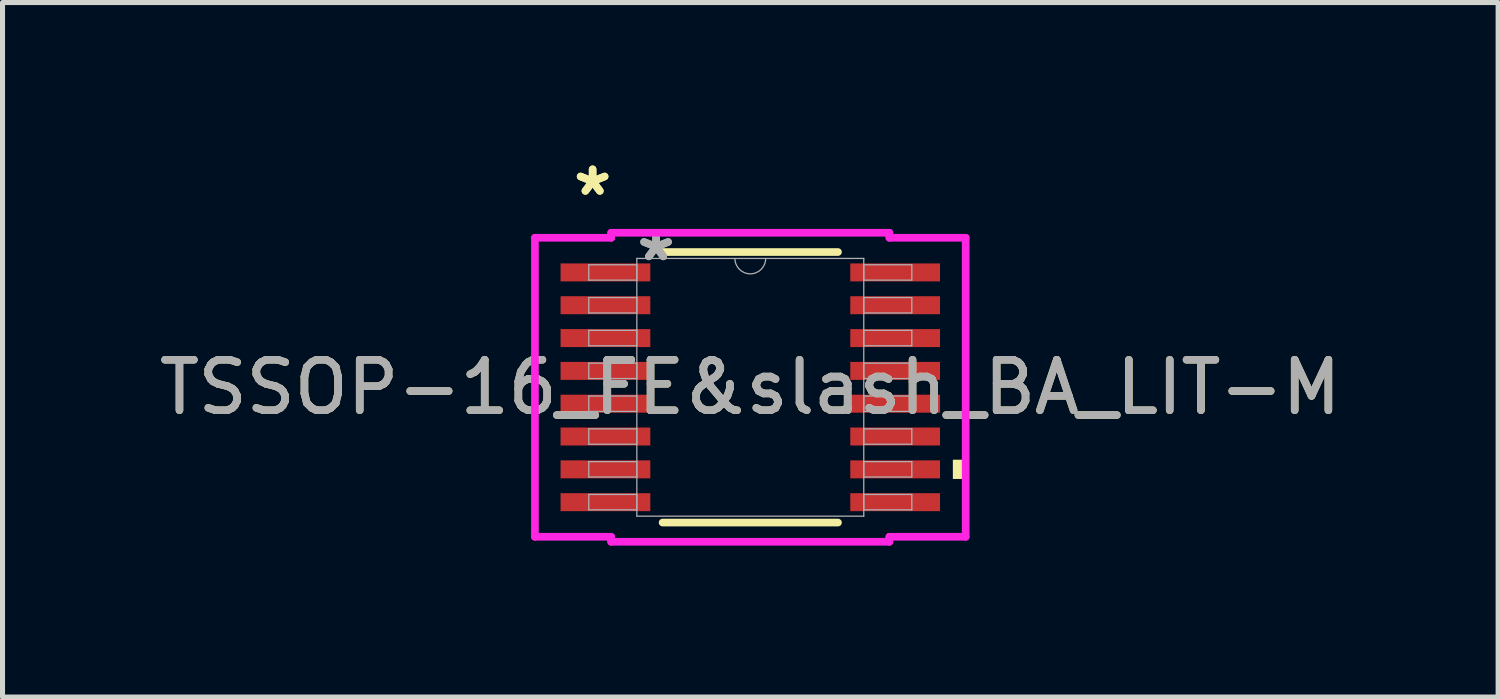
<source format=kicad_pcb>
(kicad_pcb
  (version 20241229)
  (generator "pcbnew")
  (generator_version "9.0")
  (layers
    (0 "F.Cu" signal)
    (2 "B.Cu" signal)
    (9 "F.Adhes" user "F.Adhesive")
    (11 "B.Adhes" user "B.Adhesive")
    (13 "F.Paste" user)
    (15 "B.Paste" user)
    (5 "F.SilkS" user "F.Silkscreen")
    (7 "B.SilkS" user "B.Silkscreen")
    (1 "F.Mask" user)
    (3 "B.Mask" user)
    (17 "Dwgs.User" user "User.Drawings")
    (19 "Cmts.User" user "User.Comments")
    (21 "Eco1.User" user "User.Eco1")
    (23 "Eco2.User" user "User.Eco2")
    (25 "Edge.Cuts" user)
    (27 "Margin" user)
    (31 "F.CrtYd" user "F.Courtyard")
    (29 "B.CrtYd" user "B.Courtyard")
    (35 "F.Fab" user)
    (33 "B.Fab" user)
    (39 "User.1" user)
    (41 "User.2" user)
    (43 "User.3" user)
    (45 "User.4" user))
  (footprint "TSSOP-16_FE&slash_BA_LIT-M"
    (layer "F.Cu")
    (at 11.815 4.623)
    (property "Reference" "TSSOP-16_FE&slash_BA_LIT-M" (at 0 0 0) (unlocked yes) (layer "F.SilkS") (effects (font (size 1 1) (thickness 0.15))))
    (attr smd)
    (fp_line (start -1.737 2.68) (end 1.737 2.68) (stroke (width 0.152) (type solid)) (layer "F.SilkS"))
    (fp_line (start 1.737 -2.68) (end -1.737 -2.68) (stroke (width 0.152) (type solid)) (layer "F.SilkS"))
    (fp_poly (pts (xy 4.267 1.435) (xy 4.267 1.816) (xy 4.013 1.816) (xy 4.013 1.435)) (stroke (width 0) (type solid)) (fill yes) (layer "F.SilkS"))
    (fp_line (start -4.267 -2.962) (end -2.756 -2.962) (stroke (width 0.152) (type solid)) (layer "F.CrtYd"))
    (fp_line (start -4.267 2.962) (end -4.267 -2.962) (stroke (width 0.152) (type solid)) (layer "F.CrtYd"))
    (fp_line (start -4.267 2.962) (end -2.756 2.962) (stroke (width 0.152) (type solid)) (layer "F.CrtYd"))
    (fp_line (start -2.756 -3.061) (end 2.756 -3.061) (stroke (width 0.152) (type solid)) (layer "F.CrtYd"))
    (fp_line (start -2.756 -2.962) (end -2.756 -3.061) (stroke (width 0.152) (type solid)) (layer "F.CrtYd"))
    (fp_line (start -2.756 3.061) (end -2.756 2.962) (stroke (width 0.152) (type solid)) (layer "F.CrtYd"))
    (fp_line (start 2.756 -3.061) (end 2.756 -2.962) (stroke (width 0.152) (type solid)) (layer "F.CrtYd"))
    (fp_line (start 2.756 2.962) (end 2.756 3.061) (stroke (width 0.152) (type solid)) (layer "F.CrtYd"))
    (fp_line (start 2.756 3.061) (end -2.756 3.061) (stroke (width 0.152) (type solid)) (layer "F.CrtYd"))
    (fp_line (start 4.267 -2.962) (end 2.756 -2.962) (stroke (width 0.152) (type solid)) (layer "F.CrtYd"))
    (fp_line (start 4.267 -2.962) (end 4.267 2.962) (stroke (width 0.152) (type solid)) (layer "F.CrtYd"))
    (fp_line (start 4.267 2.962) (end 2.756 2.962) (stroke (width 0.152) (type solid)) (layer "F.CrtYd"))
    (fp_line (start -3.2 -2.428) (end -3.2 -2.123) (stroke (width 0.025) (type solid)) (layer "F.Fab"))
    (fp_line (start -3.2 -2.123) (end -2.248 -2.123) (stroke (width 0.025) (type solid)) (layer "F.Fab"))
    (fp_line (start -3.2 -1.778) (end -3.2 -1.473) (stroke (width 0.025) (type solid)) (layer "F.Fab"))
    (fp_line (start -3.2 -1.473) (end -2.248 -1.473) (stroke (width 0.025) (type solid)) (layer "F.Fab"))
    (fp_line (start -3.2 -1.128) (end -3.2 -0.823) (stroke (width 0.025) (type solid)) (layer "F.Fab"))
    (fp_line (start -3.2 -0.823) (end -2.248 -0.823) (stroke (width 0.025) (type solid)) (layer "F.Fab"))
    (fp_line (start -3.2 -0.478) (end -3.2 -0.173) (stroke (width 0.025) (type solid)) (layer "F.Fab"))
    (fp_line (start -3.2 -0.173) (end -2.248 -0.173) (stroke (width 0.025) (type solid)) (layer "F.Fab"))
    (fp_line (start -3.2 0.173) (end -3.2 0.478) (stroke (width 0.025) (type solid)) (layer "F.Fab"))
    (fp_line (start -3.2 0.478) (end -2.248 0.478) (stroke (width 0.025) (type solid)) (layer "F.Fab"))
    (fp_line (start -3.2 0.823) (end -3.2 1.128) (stroke (width 0.025) (type solid)) (layer "F.Fab"))
    (fp_line (start -3.2 1.128) (end -2.248 1.128) (stroke (width 0.025) (type solid)) (layer "F.Fab"))
    (fp_line (start -3.2 1.473) (end -3.2 1.778) (stroke (width 0.025) (type solid)) (layer "F.Fab"))
    (fp_line (start -3.2 1.778) (end -2.248 1.778) (stroke (width 0.025) (type solid)) (layer "F.Fab"))
    (fp_line (start -3.2 2.123) (end -3.2 2.428) (stroke (width 0.025) (type solid)) (layer "F.Fab"))
    (fp_line (start -3.2 2.428) (end -2.248 2.428) (stroke (width 0.025) (type solid)) (layer "F.Fab"))
    (fp_line (start -2.248 -2.553) (end -2.248 2.553) (stroke (width 0.025) (type solid)) (layer "F.Fab"))
    (fp_line (start -2.248 -2.428) (end -3.2 -2.428) (stroke (width 0.025) (type solid)) (layer "F.Fab"))
    (fp_line (start -2.248 -2.123) (end -2.248 -2.428) (stroke (width 0.025) (type solid)) (layer "F.Fab"))
    (fp_line (start -2.248 -1.778) (end -3.2 -1.778) (stroke (width 0.025) (type solid)) (layer "F.Fab"))
    (fp_line (start -2.248 -1.473) (end -2.248 -1.778) (stroke (width 0.025) (type solid)) (layer "F.Fab"))
    (fp_line (start -2.248 -1.128) (end -3.2 -1.128) (stroke (width 0.025) (type solid)) (layer "F.Fab"))
    (fp_line (start -2.248 -0.823) (end -2.248 -1.128) (stroke (width 0.025) (type solid)) (layer "F.Fab"))
    (fp_line (start -2.248 -0.478) (end -3.2 -0.478) (stroke (width 0.025) (type solid)) (layer "F.Fab"))
    (fp_line (start -2.248 -0.173) (end -2.248 -0.478) (stroke (width 0.025) (type solid)) (layer "F.Fab"))
    (fp_line (start -2.248 0.173) (end -3.2 0.173) (stroke (width 0.025) (type solid)) (layer "F.Fab"))
    (fp_line (start -2.248 0.478) (end -2.248 0.173) (stroke (width 0.025) (type solid)) (layer "F.Fab"))
    (fp_line (start -2.248 0.823) (end -3.2 0.823) (stroke (width 0.025) (type solid)) (layer "F.Fab"))
    (fp_line (start -2.248 1.128) (end -2.248 0.823) (stroke (width 0.025) (type solid)) (layer "F.Fab"))
    (fp_line (start -2.248 1.473) (end -3.2 1.473) (stroke (width 0.025) (type solid)) (layer "F.Fab"))
    (fp_line (start -2.248 1.778) (end -2.248 1.473) (stroke (width 0.025) (type solid)) (layer "F.Fab"))
    (fp_line (start -2.248 2.123) (end -3.2 2.123) (stroke (width 0.025) (type solid)) (layer "F.Fab"))
    (fp_line (start -2.248 2.428) (end -2.248 2.123) (stroke (width 0.025) (type solid)) (layer "F.Fab"))
    (fp_line (start -2.248 2.553) (end 2.248 2.553) (stroke (width 0.025) (type solid)) (layer "F.Fab"))
    (fp_line (start 2.248 -2.553) (end -2.248 -2.553) (stroke (width 0.025) (type solid)) (layer "F.Fab"))
    (fp_line (start 2.248 -2.428) (end 2.248 -2.123) (stroke (width 0.025) (type solid)) (layer "F.Fab"))
    (fp_line (start 2.248 -2.123) (end 3.2 -2.123) (stroke (width 0.025) (type solid)) (layer "F.Fab"))
    (fp_line (start 2.248 -1.778) (end 2.248 -1.473) (stroke (width 0.025) (type solid)) (layer "F.Fab"))
    (fp_line (start 2.248 -1.473) (end 3.2 -1.473) (stroke (width 0.025) (type solid)) (layer "F.Fab"))
    (fp_line (start 2.248 -1.128) (end 2.248 -0.823) (stroke (width 0.025) (type solid)) (layer "F.Fab"))
    (fp_line (start 2.248 -0.823) (end 3.2 -0.823) (stroke (width 0.025) (type solid)) (layer "F.Fab"))
    (fp_line (start 2.248 -0.478) (end 2.248 -0.173) (stroke (width 0.025) (type solid)) (layer "F.Fab"))
    (fp_line (start 2.248 -0.173) (end 3.2 -0.173) (stroke (width 0.025) (type solid)) (layer "F.Fab"))
    (fp_line (start 2.248 0.173) (end 2.248 0.478) (stroke (width 0.025) (type solid)) (layer "F.Fab"))
    (fp_line (start 2.248 0.478) (end 3.2 0.478) (stroke (width 0.025) (type solid)) (layer "F.Fab"))
    (fp_line (start 2.248 0.823) (end 2.248 1.128) (stroke (width 0.025) (type solid)) (layer "F.Fab"))
    (fp_line (start 2.248 1.128) (end 3.2 1.128) (stroke (width 0.025) (type solid)) (layer "F.Fab"))
    (fp_line (start 2.248 1.473) (end 2.248 1.778) (stroke (width 0.025) (type solid)) (layer "F.Fab"))
    (fp_line (start 2.248 1.778) (end 3.2 1.778) (stroke (width 0.025) (type solid)) (layer "F.Fab"))
    (fp_line (start 2.248 2.123) (end 2.248 2.428) (stroke (width 0.025) (type solid)) (layer "F.Fab"))
    (fp_line (start 2.248 2.428) (end 3.2 2.428) (stroke (width 0.025) (type solid)) (layer "F.Fab"))
    (fp_line (start 2.248 2.553) (end 2.248 -2.553) (stroke (width 0.025) (type solid)) (layer "F.Fab"))
    (fp_line (start 3.2 -2.428) (end 2.248 -2.428) (stroke (width 0.025) (type solid)) (layer "F.Fab"))
    (fp_line (start 3.2 -2.123) (end 3.2 -2.428) (stroke (width 0.025) (type solid)) (layer "F.Fab"))
    (fp_line (start 3.2 -1.778) (end 2.248 -1.778) (stroke (width 0.025) (type solid)) (layer "F.Fab"))
    (fp_line (start 3.2 -1.473) (end 3.2 -1.778) (stroke (width 0.025) (type solid)) (layer "F.Fab"))
    (fp_line (start 3.2 -1.128) (end 2.248 -1.128) (stroke (width 0.025) (type solid)) (layer "F.Fab"))
    (fp_line (start 3.2 -0.823) (end 3.2 -1.128) (stroke (width 0.025) (type solid)) (layer "F.Fab"))
    (fp_line (start 3.2 -0.478) (end 2.248 -0.478) (stroke (width 0.025) (type solid)) (layer "F.Fab"))
    (fp_line (start 3.2 -0.173) (end 3.2 -0.478) (stroke (width 0.025) (type solid)) (layer "F.Fab"))
    (fp_line (start 3.2 0.173) (end 2.248 0.173) (stroke (width 0.025) (type solid)) (layer "F.Fab"))
    (fp_line (start 3.2 0.478) (end 3.2 0.173) (stroke (width 0.025) (type solid)) (layer "F.Fab"))
    (fp_line (start 3.2 0.823) (end 2.248 0.823) (stroke (width 0.025) (type solid)) (layer "F.Fab"))
    (fp_line (start 3.2 1.128) (end 3.2 0.823) (stroke (width 0.025) (type solid)) (layer "F.Fab"))
    (fp_line (start 3.2 1.473) (end 2.248 1.473) (stroke (width 0.025) (type solid)) (layer "F.Fab"))
    (fp_line (start 3.2 1.778) (end 3.2 1.473) (stroke (width 0.025) (type solid)) (layer "F.Fab"))
    (fp_line (start 3.2 2.123) (end 2.248 2.123) (stroke (width 0.025) (type solid)) (layer "F.Fab"))
    (fp_line (start 3.2 2.428) (end 3.2 2.123) (stroke (width 0.025) (type solid)) (layer "F.Fab"))
    (fp_arc (start 0.3048 -2.5527) (mid 0 -2.2479) (end -0.3048 -2.5527) (stroke (width 0.0254) (type solid)) (layer "F.Fab"))
    (fp_text user "*" (at -3.124 -3.774 0) (layer "F.SilkS") (effects (font (size 1 1) (thickness 0.15))))
    (fp_text user "*" (at -3.124 -3.774 0) (unlocked yes) (layer "F.SilkS") (effects (font (size 1 1) (thickness 0.15))))
    (fp_text user "*" (at -1.867 -2.477 0) (unlocked yes) (layer "F.Fab") (effects (font (size 1 1) (thickness 0.15))))
    (fp_text user "*" (at -1.867 -2.477 0) (layer "F.Fab") (effects (font (size 1 1) (thickness 0.15))))
    (fp_text user "${REFERENCE}" (at 0 0 0) (unlocked yes) (layer "F.Fab") (effects (font (size 1 1) (thickness 0.15))))
    (pad "1" smd rect (at -2.87 -2.276) (size 1.778 0.356) (layers "F.Cu" "F.Mask" "F.Paste"))
    (pad "2" smd rect (at -2.87 -1.626) (size 1.778 0.356) (layers "F.Cu" "F.Mask" "F.Paste"))
    (pad "3" smd rect (at -2.87 -0.975) (size 1.778 0.356) (layers "F.Cu" "F.Mask" "F.Paste"))
    (pad "4" smd rect (at -2.87 -0.325) (size 1.778 0.356) (layers "F.Cu" "F.Mask" "F.Paste"))
    (pad "5" smd rect (at -2.87 0.325) (size 1.778 0.356) (layers "F.Cu" "F.Mask" "F.Paste"))
    (pad "6" smd rect (at -2.87 0.975) (size 1.778 0.356) (layers "F.Cu" "F.Mask" "F.Paste"))
    (pad "7" smd rect (at -2.87 1.626) (size 1.778 0.356) (layers "F.Cu" "F.Mask" "F.Paste"))
    (pad "8" smd rect (at -2.87 2.276) (size 1.778 0.356) (layers "F.Cu" "F.Mask" "F.Paste"))
    (pad "9" smd rect (at 2.87 2.276) (size 1.778 0.356) (layers "F.Cu" "F.Mask" "F.Paste"))
    (pad "10" smd rect (at 2.87 1.626) (size 1.778 0.356) (layers "F.Cu" "F.Mask" "F.Paste"))
    (pad "11" smd rect (at 2.87 0.975) (size 1.778 0.356) (layers "F.Cu" "F.Mask" "F.Paste"))
    (pad "12" smd rect (at 2.87 0.325) (size 1.778 0.356) (layers "F.Cu" "F.Mask" "F.Paste"))
    (pad "13" smd rect (at 2.87 -0.325) (size 1.778 0.356) (layers "F.Cu" "F.Mask" "F.Paste"))
    (pad "14" smd rect (at 2.87 -0.975) (size 1.778 0.356) (layers "F.Cu" "F.Mask" "F.Paste"))
    (pad "15" smd rect (at 2.87 -1.626) (size 1.778 0.356) (layers "F.Cu" "F.Mask" "F.Paste"))
    (pad "16" smd rect (at 2.87 -2.276) (size 1.778 0.356) (layers "F.Cu" "F.Mask" "F.Paste")))
  (gr_rect
    (start -3 -3)
    (end 26.631 10.76)
    (stroke (width 0.1) (type default))
    (fill no)
    (layer "Edge.Cuts")))
</source>
